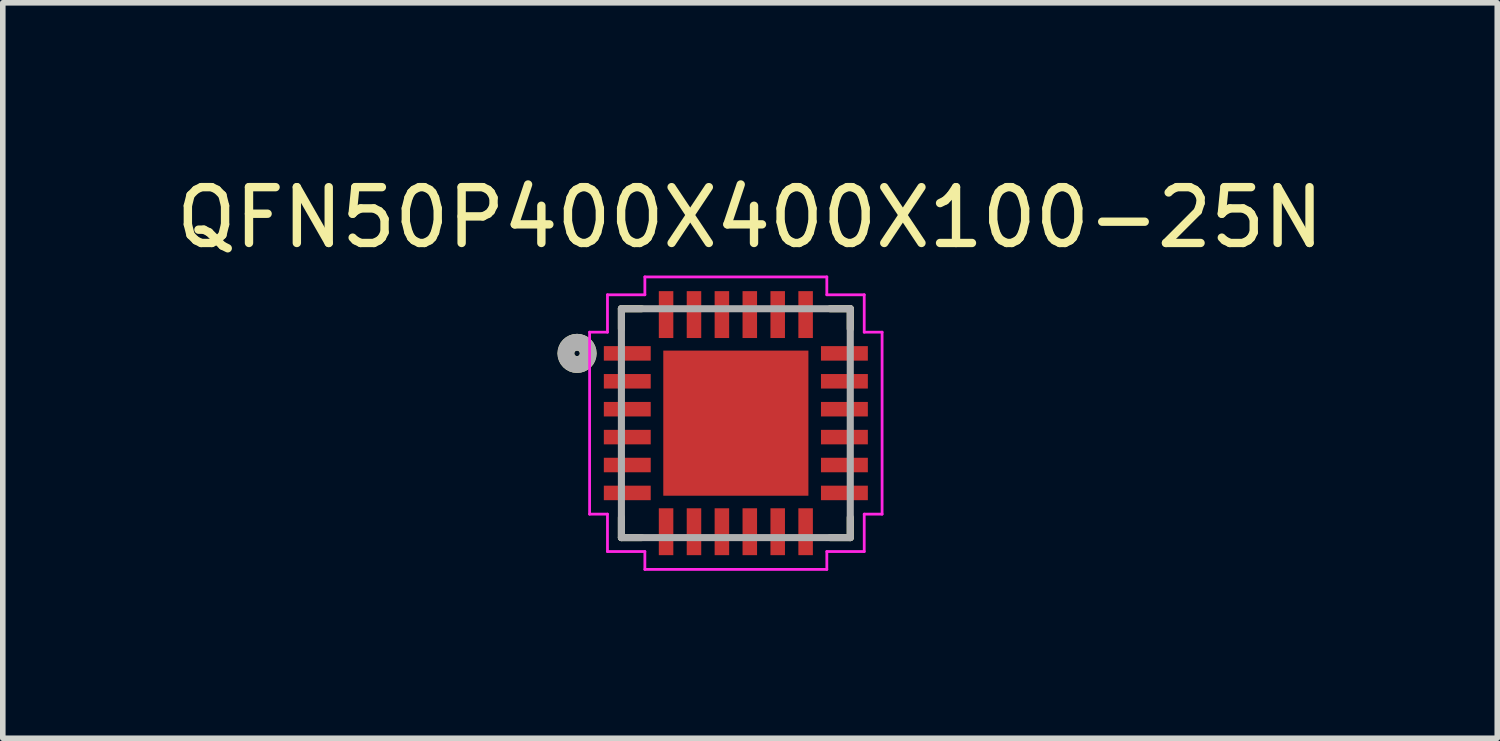
<source format=kicad_pcb>
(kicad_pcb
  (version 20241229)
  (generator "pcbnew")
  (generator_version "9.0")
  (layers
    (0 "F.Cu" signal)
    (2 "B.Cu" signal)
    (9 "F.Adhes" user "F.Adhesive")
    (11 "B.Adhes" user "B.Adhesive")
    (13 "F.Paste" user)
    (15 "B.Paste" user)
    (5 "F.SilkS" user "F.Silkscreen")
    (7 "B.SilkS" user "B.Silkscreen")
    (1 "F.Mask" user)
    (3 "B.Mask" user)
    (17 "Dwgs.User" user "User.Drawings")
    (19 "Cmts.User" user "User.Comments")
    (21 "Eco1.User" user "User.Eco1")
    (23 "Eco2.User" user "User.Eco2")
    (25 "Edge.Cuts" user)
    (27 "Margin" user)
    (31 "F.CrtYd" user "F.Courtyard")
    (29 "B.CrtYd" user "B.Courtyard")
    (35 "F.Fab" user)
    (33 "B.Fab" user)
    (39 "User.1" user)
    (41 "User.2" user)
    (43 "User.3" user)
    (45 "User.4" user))
  (footprint "QFN50P400X400X100-25N"
    (layer "F.Cu")
    (at 10.133 4.531)
    (property "Reference" "QFN50P400X400X100-25N" (at 0.254 -3.683 0) (layer "F.SilkS") (effects (font (size 1 1) (thickness 0.15))))
    (attr smd)
    (fp_line (start -2.05 -2.05) (end -2.05 -1.69) (stroke (width 0.127) (type solid)) (layer "F.SilkS"))
    (fp_line (start -2.05 2.05) (end -2.05 1.69) (stroke (width 0.127) (type solid)) (layer "F.SilkS"))
    (fp_line (start -1.69 -2.05) (end -2.05 -2.05) (stroke (width 0.127) (type solid)) (layer "F.SilkS"))
    (fp_line (start -1.69 2.05) (end -2.05 2.05) (stroke (width 0.127) (type solid)) (layer "F.SilkS"))
    (fp_line (start 1.69 2.05) (end 2.05 2.05) (stroke (width 0.127) (type solid)) (layer "F.SilkS"))
    (fp_line (start 2.05 -2.05) (end 1.69 -2.05) (stroke (width 0.127) (type solid)) (layer "F.SilkS"))
    (fp_line (start 2.05 -1.69) (end 2.05 -2.05) (stroke (width 0.127) (type solid)) (layer "F.SilkS"))
    (fp_line (start 2.05 2.05) (end 2.05 1.69) (stroke (width 0.127) (type solid)) (layer "F.SilkS"))
    (fp_circle (center -2.845 -1.25) (end -2.795 -1.25) (stroke (width 0.3) (type solid)) (fill no) (layer "F.SilkS"))
    (fp_poly (pts (xy -1.045 -1.045) (xy -0.125 -1.045) (xy -0.125 -0.125) (xy -1.045 -0.125)) (stroke (width 0.01) (type solid)) (fill yes) (layer "F.Paste"))
    (fp_poly (pts (xy -1.045 0.125) (xy -0.125 0.125) (xy -0.125 1.045) (xy -1.045 1.045)) (stroke (width 0.01) (type solid)) (fill yes) (layer "F.Paste"))
    (fp_poly (pts (xy 0.125 -1.045) (xy 1.045 -1.045) (xy 1.045 -0.125) (xy 0.125 -0.125)) (stroke (width 0.01) (type solid)) (fill yes) (layer "F.Paste"))
    (fp_poly (pts (xy 0.125 0.125) (xy 1.045 0.125) (xy 1.045 1.045) (xy 0.125 1.045)) (stroke (width 0.01) (type solid)) (fill yes) (layer "F.Paste"))
    (fp_line (start -2.62 -1.63) (end -2.62 1.63) (stroke (width 0.05) (type solid)) (layer "F.CrtYd"))
    (fp_line (start -2.62 1.63) (end -2.3 1.63) (stroke (width 0.05) (type solid)) (layer "F.CrtYd"))
    (fp_line (start -2.3 -2.3) (end -2.3 -1.63) (stroke (width 0.05) (type solid)) (layer "F.CrtYd"))
    (fp_line (start -2.3 -1.63) (end -2.62 -1.63) (stroke (width 0.05) (type solid)) (layer "F.CrtYd"))
    (fp_line (start -2.3 1.63) (end -2.3 2.3) (stroke (width 0.05) (type solid)) (layer "F.CrtYd"))
    (fp_line (start -2.3 2.3) (end -1.63 2.3) (stroke (width 0.05) (type solid)) (layer "F.CrtYd"))
    (fp_line (start -1.63 -2.62) (end -1.63 -2.3) (stroke (width 0.05) (type solid)) (layer "F.CrtYd"))
    (fp_line (start -1.63 -2.3) (end -2.3 -2.3) (stroke (width 0.05) (type solid)) (layer "F.CrtYd"))
    (fp_line (start -1.63 2.3) (end -1.63 2.62) (stroke (width 0.05) (type solid)) (layer "F.CrtYd"))
    (fp_line (start -1.63 2.62) (end 1.63 2.62) (stroke (width 0.05) (type solid)) (layer "F.CrtYd"))
    (fp_line (start 1.63 -2.62) (end -1.63 -2.62) (stroke (width 0.05) (type solid)) (layer "F.CrtYd"))
    (fp_line (start 1.63 -2.3) (end 1.63 -2.62) (stroke (width 0.05) (type solid)) (layer "F.CrtYd"))
    (fp_line (start 1.63 2.3) (end 2.3 2.3) (stroke (width 0.05) (type solid)) (layer "F.CrtYd"))
    (fp_line (start 1.63 2.62) (end 1.63 2.3) (stroke (width 0.05) (type solid)) (layer "F.CrtYd"))
    (fp_line (start 2.3 -2.3) (end 1.63 -2.3) (stroke (width 0.05) (type solid)) (layer "F.CrtYd"))
    (fp_line (start 2.3 -1.63) (end 2.3 -2.3) (stroke (width 0.05) (type solid)) (layer "F.CrtYd"))
    (fp_line (start 2.3 1.63) (end 2.62 1.63) (stroke (width 0.05) (type solid)) (layer "F.CrtYd"))
    (fp_line (start 2.3 2.3) (end 2.3 1.63) (stroke (width 0.05) (type solid)) (layer "F.CrtYd"))
    (fp_line (start 2.62 -1.63) (end 2.3 -1.63) (stroke (width 0.05) (type solid)) (layer "F.CrtYd"))
    (fp_line (start 2.62 1.63) (end 2.62 -1.63) (stroke (width 0.05) (type solid)) (layer "F.CrtYd"))
    (fp_line (start -2.05 -2.05) (end -2.05 2.05) (stroke (width 0.127) (type solid)) (layer "F.Fab"))
    (fp_line (start -2.05 2.05) (end 2.05 2.05) (stroke (width 0.127) (type solid)) (layer "F.Fab"))
    (fp_line (start 2.05 -2.05) (end -2.05 -2.05) (stroke (width 0.127) (type solid)) (layer "F.Fab"))
    (fp_line (start 2.05 2.05) (end 2.05 -2.05) (stroke (width 0.127) (type solid)) (layer "F.Fab"))
    (fp_circle (center -2.845 -1.25) (end -2.795 -1.25) (stroke (width 0.3) (type solid)) (fill no) (layer "F.Fab"))
    (pad "1" smd rect (at -1.945 -1.25) (size 0.84 0.26) (layers "F.Cu" "F.Mask" "F.Paste"))
    (pad "2" smd rect (at -1.945 -0.75) (size 0.84 0.26) (layers "F.Cu" "F.Mask" "F.Paste"))
    (pad "3" smd rect (at -1.945 -0.25) (size 0.84 0.26) (layers "F.Cu" "F.Mask" "F.Paste"))
    (pad "4" smd rect (at -1.945 0.25) (size 0.84 0.26) (layers "F.Cu" "F.Mask" "F.Paste"))
    (pad "5" smd rect (at -1.945 0.75) (size 0.84 0.26) (layers "F.Cu" "F.Mask" "F.Paste"))
    (pad "6" smd rect (at -1.945 1.25) (size 0.84 0.26) (layers "F.Cu" "F.Mask" "F.Paste"))
    (pad "7" smd rect (at -1.25 1.945) (size 0.26 0.84) (layers "F.Cu" "F.Mask" "F.Paste"))
    (pad "8" smd rect (at -0.75 1.945) (size 0.26 0.84) (layers "F.Cu" "F.Mask" "F.Paste"))
    (pad "9" smd rect (at -0.25 1.945) (size 0.26 0.84) (layers "F.Cu" "F.Mask" "F.Paste"))
    (pad "10" smd rect (at 0.25 1.945) (size 0.26 0.84) (layers "F.Cu" "F.Mask" "F.Paste"))
    (pad "11" smd rect (at 0.75 1.945) (size 0.26 0.84) (layers "F.Cu" "F.Mask" "F.Paste"))
    (pad "12" smd rect (at 1.25 1.945) (size 0.26 0.84) (layers "F.Cu" "F.Mask" "F.Paste"))
    (pad "13" smd rect (at 1.945 1.25) (size 0.84 0.26) (layers "F.Cu" "F.Mask" "F.Paste"))
    (pad "14" smd rect (at 1.945 0.75) (size 0.84 0.26) (layers "F.Cu" "F.Mask" "F.Paste"))
    (pad "15" smd rect (at 1.945 0.25) (size 0.84 0.26) (layers "F.Cu" "F.Mask" "F.Paste"))
    (pad "16" smd rect (at 1.945 -0.25) (size 0.84 0.26) (layers "F.Cu" "F.Mask" "F.Paste"))
    (pad "17" smd rect (at 1.945 -0.75) (size 0.84 0.26) (layers "F.Cu" "F.Mask" "F.Paste"))
    (pad "18" smd rect (at 1.945 -1.25) (size 0.84 0.26) (layers "F.Cu" "F.Mask" "F.Paste"))
    (pad "19" smd rect (at 1.25 -1.945) (size 0.26 0.84) (layers "F.Cu" "F.Mask" "F.Paste"))
    (pad "20" smd rect (at 0.75 -1.945) (size 0.26 0.84) (layers "F.Cu" "F.Mask" "F.Paste"))
    (pad "21" smd rect (at 0.25 -1.945) (size 0.26 0.84) (layers "F.Cu" "F.Mask" "F.Paste"))
    (pad "22" smd rect (at -0.25 -1.945) (size 0.26 0.84) (layers "F.Cu" "F.Mask" "F.Paste"))
    (pad "23" smd rect (at -0.75 -1.945) (size 0.26 0.84) (layers "F.Cu" "F.Mask" "F.Paste"))
    (pad "24" smd rect (at -1.25 -1.945) (size 0.26 0.84) (layers "F.Cu" "F.Mask" "F.Paste"))
    (pad "25" smd rect (at 0 0) (size 2.6 2.6) (layers "F.Cu" "F.Mask")))
  (gr_rect
    (start -3 -3)
    (end 23.774 10.176)
    (stroke (width 0.1) (type default))
    (fill no)
    (layer "Edge.Cuts")))
</source>
